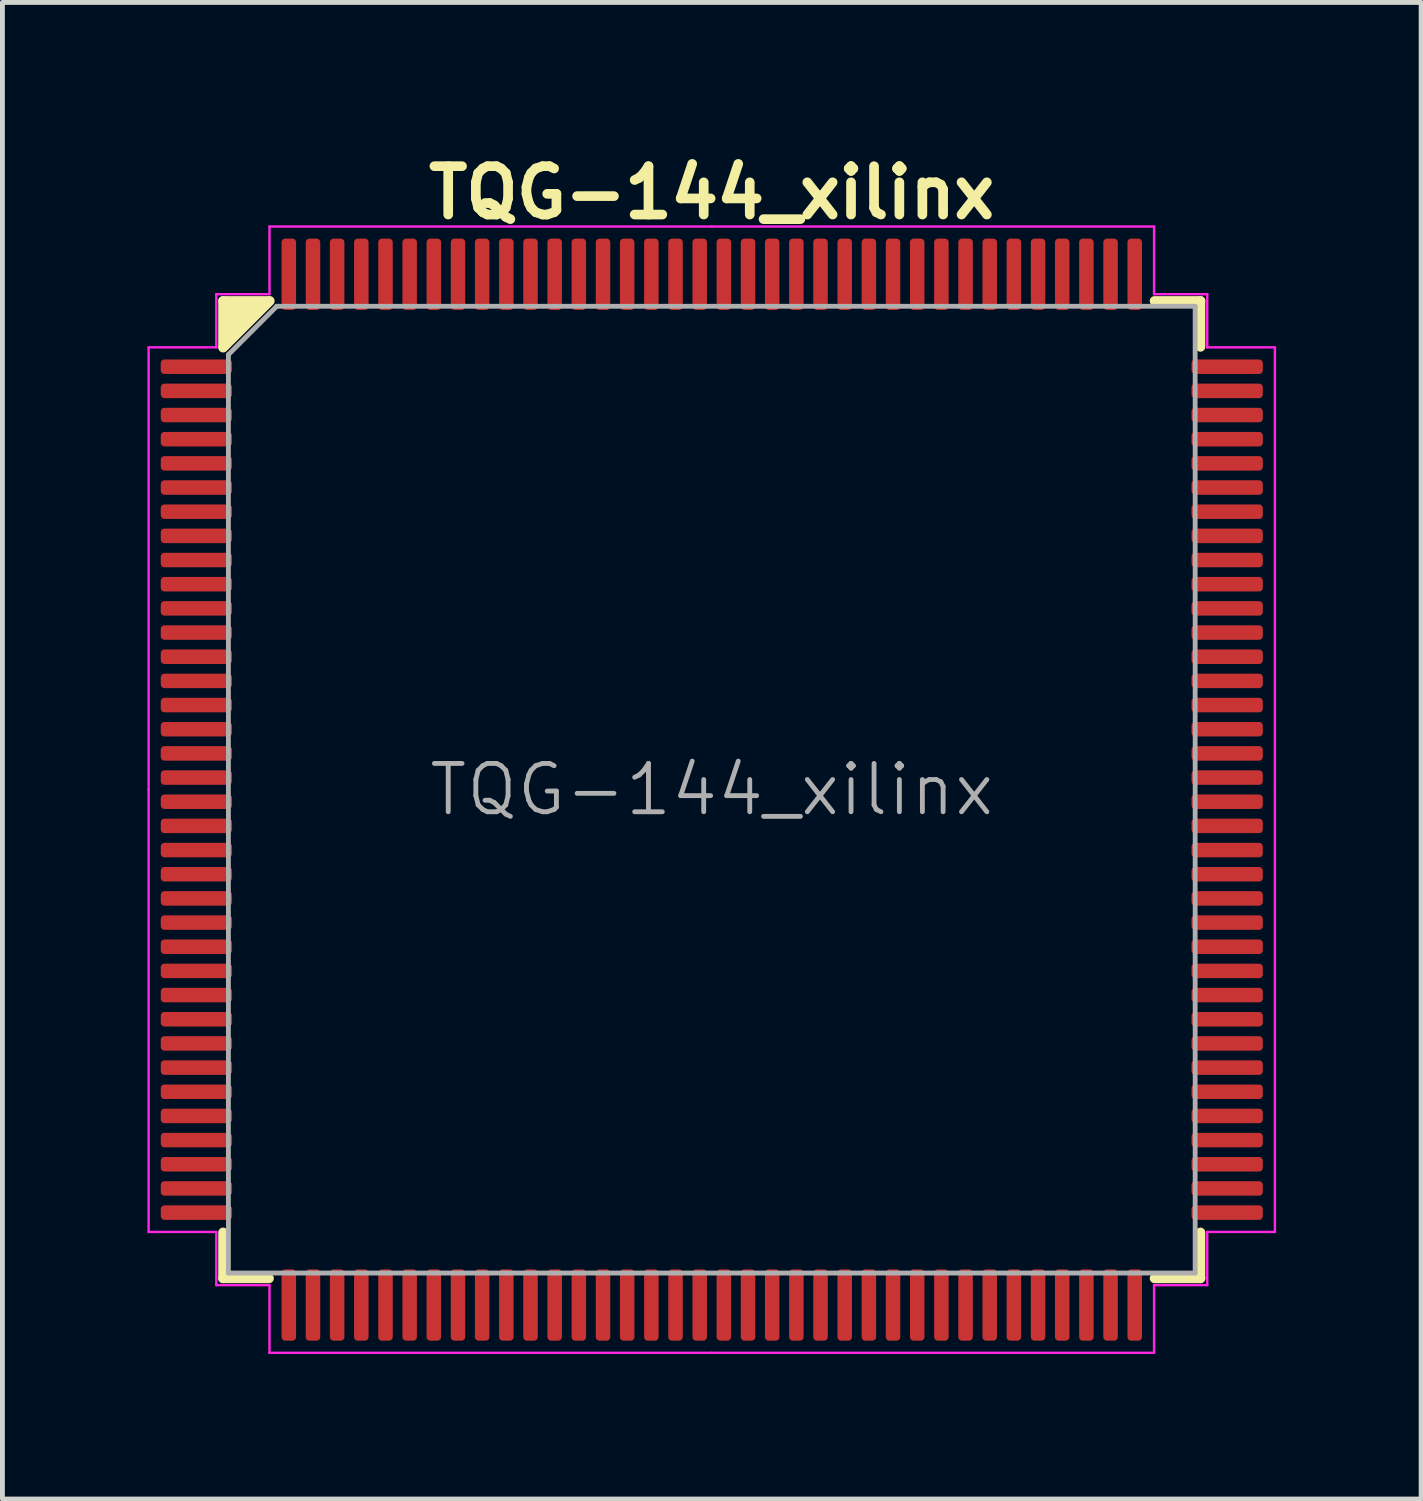
<source format=kicad_pcb>
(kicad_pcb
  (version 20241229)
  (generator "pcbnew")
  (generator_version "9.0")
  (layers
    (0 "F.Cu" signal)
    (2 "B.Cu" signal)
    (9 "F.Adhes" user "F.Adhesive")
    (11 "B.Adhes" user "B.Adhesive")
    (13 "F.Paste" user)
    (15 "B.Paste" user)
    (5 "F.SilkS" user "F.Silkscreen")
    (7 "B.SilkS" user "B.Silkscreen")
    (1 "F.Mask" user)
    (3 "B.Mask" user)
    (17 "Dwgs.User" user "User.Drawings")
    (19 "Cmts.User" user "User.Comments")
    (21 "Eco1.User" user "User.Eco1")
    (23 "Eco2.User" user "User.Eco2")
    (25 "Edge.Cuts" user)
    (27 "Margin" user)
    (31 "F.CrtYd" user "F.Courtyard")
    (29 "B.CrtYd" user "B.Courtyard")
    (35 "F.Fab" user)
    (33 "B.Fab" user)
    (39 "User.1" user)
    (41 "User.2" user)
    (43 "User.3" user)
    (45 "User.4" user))
  (footprint "TQG-144_xilinx"
    (layer "F.Cu")
    (at 11.675 13.286)
    (property "Reference" "TQG-144_xilinx" (at 0 -12.35 0) (layer "F.SilkS") (effects (font (size 1 1) (thickness 0.2))))
    (attr smd)
    (fp_line (start -10.11 -10.11) (end -10.11 -9.16) (stroke (width 0.2) (type solid)) (layer "F.SilkS"))
    (fp_line (start -10.11 10.11) (end -10.11 9.16) (stroke (width 0.2) (type solid)) (layer "F.SilkS"))
    (fp_line (start -10.109 -9.144) (end -9.144 -10.109) (stroke (width 0.2) (type solid)) (layer "F.SilkS"))
    (fp_line (start -9.16 -10.11) (end -10.11 -10.11) (stroke (width 0.2) (type solid)) (layer "F.SilkS"))
    (fp_line (start -9.16 10.11) (end -10.11 10.11) (stroke (width 0.2) (type solid)) (layer "F.SilkS"))
    (fp_line (start 9.16 -10.11) (end 10.11 -10.11) (stroke (width 0.2) (type solid)) (layer "F.SilkS"))
    (fp_line (start 9.16 10.11) (end 10.11 10.11) (stroke (width 0.2) (type solid)) (layer "F.SilkS"))
    (fp_line (start 10.11 -10.11) (end 10.11 -9.16) (stroke (width 0.2) (type solid)) (layer "F.SilkS"))
    (fp_line (start 10.11 10.11) (end 10.11 9.16) (stroke (width 0.2) (type solid)) (layer "F.SilkS"))
    (fp_poly (pts (xy -10.109 -9.347) (xy -9.398 -10.058) (xy -9.347 -10.109) (xy -10.109 -10.109)) (stroke (width 0.15) (type solid)) (fill yes) (layer "F.SilkS"))
    (fp_line (start -11.65 -9.15) (end -11.65 0) (stroke (width 0.05) (type solid)) (layer "F.CrtYd"))
    (fp_line (start -11.65 9.15) (end -11.65 0) (stroke (width 0.05) (type solid)) (layer "F.CrtYd"))
    (fp_line (start -10.25 -10.25) (end -10.25 -9.15) (stroke (width 0.05) (type solid)) (layer "F.CrtYd"))
    (fp_line (start -10.25 -9.15) (end -11.65 -9.15) (stroke (width 0.05) (type solid)) (layer "F.CrtYd"))
    (fp_line (start -10.25 9.15) (end -11.65 9.15) (stroke (width 0.05) (type solid)) (layer "F.CrtYd"))
    (fp_line (start -10.25 10.25) (end -10.25 9.15) (stroke (width 0.05) (type solid)) (layer "F.CrtYd"))
    (fp_line (start -9.15 -11.65) (end -9.15 -10.25) (stroke (width 0.05) (type solid)) (layer "F.CrtYd"))
    (fp_line (start -9.15 -10.25) (end -10.25 -10.25) (stroke (width 0.05) (type solid)) (layer "F.CrtYd"))
    (fp_line (start -9.15 10.25) (end -10.25 10.25) (stroke (width 0.05) (type solid)) (layer "F.CrtYd"))
    (fp_line (start -9.15 11.65) (end -9.15 10.25) (stroke (width 0.05) (type solid)) (layer "F.CrtYd"))
    (fp_line (start 0 -11.65) (end -9.15 -11.65) (stroke (width 0.05) (type solid)) (layer "F.CrtYd"))
    (fp_line (start 0 -11.65) (end 9.15 -11.65) (stroke (width 0.05) (type solid)) (layer "F.CrtYd"))
    (fp_line (start 0 11.65) (end -9.15 11.65) (stroke (width 0.05) (type solid)) (layer "F.CrtYd"))
    (fp_line (start 0 11.65) (end 9.15 11.65) (stroke (width 0.05) (type solid)) (layer "F.CrtYd"))
    (fp_line (start 9.15 -11.65) (end 9.15 -10.25) (stroke (width 0.05) (type solid)) (layer "F.CrtYd"))
    (fp_line (start 9.15 -10.25) (end 10.25 -10.25) (stroke (width 0.05) (type solid)) (layer "F.CrtYd"))
    (fp_line (start 9.15 10.25) (end 10.25 10.25) (stroke (width 0.05) (type solid)) (layer "F.CrtYd"))
    (fp_line (start 9.15 11.65) (end 9.15 10.25) (stroke (width 0.05) (type solid)) (layer "F.CrtYd"))
    (fp_line (start 10.25 -10.25) (end 10.25 -9.15) (stroke (width 0.05) (type solid)) (layer "F.CrtYd"))
    (fp_line (start 10.25 -9.15) (end 11.65 -9.15) (stroke (width 0.05) (type solid)) (layer "F.CrtYd"))
    (fp_line (start 10.25 9.15) (end 11.65 9.15) (stroke (width 0.05) (type solid)) (layer "F.CrtYd"))
    (fp_line (start 10.25 10.25) (end 10.25 9.15) (stroke (width 0.05) (type solid)) (layer "F.CrtYd"))
    (fp_line (start 11.65 -9.15) (end 11.65 0) (stroke (width 0.05) (type solid)) (layer "F.CrtYd"))
    (fp_line (start 11.65 9.15) (end 11.65 0) (stroke (width 0.05) (type solid)) (layer "F.CrtYd"))
    (fp_line (start -10 -9) (end -9 -10) (stroke (width 0.1) (type solid)) (layer "F.Fab"))
    (fp_line (start -10 10) (end -10 -9) (stroke (width 0.1) (type solid)) (layer "F.Fab"))
    (fp_line (start -9 -10) (end 10 -10) (stroke (width 0.1) (type solid)) (layer "F.Fab"))
    (fp_line (start 10 -10) (end 10 10) (stroke (width 0.1) (type solid)) (layer "F.Fab"))
    (fp_line (start 10 10) (end -10 10) (stroke (width 0.1) (type solid)) (layer "F.Fab"))
    (fp_text user "${REFERENCE}" (at 0 0 0) (layer "F.Fab") (effects (font (size 1 1) (thickness 0.1))))
    (pad "1" smd roundrect (at -10.662 -8.75) (size 1.475 0.3) (layers "F.Cu" "F.Mask" "F.Paste") (roundrect_rratio 0.25))
    (pad "2" smd roundrect (at -10.662 -8.25) (size 1.475 0.3) (layers "F.Cu" "F.Mask" "F.Paste") (roundrect_rratio 0.25))
    (pad "3" smd roundrect (at -10.662 -7.75) (size 1.475 0.3) (layers "F.Cu" "F.Mask" "F.Paste") (roundrect_rratio 0.25))
    (pad "4" smd roundrect (at -10.662 -7.25) (size 1.475 0.3) (layers "F.Cu" "F.Mask" "F.Paste") (roundrect_rratio 0.25))
    (pad "5" smd roundrect (at -10.662 -6.75) (size 1.475 0.3) (layers "F.Cu" "F.Mask" "F.Paste") (roundrect_rratio 0.25))
    (pad "6" smd roundrect (at -10.662 -6.25) (size 1.475 0.3) (layers "F.Cu" "F.Mask" "F.Paste") (roundrect_rratio 0.25))
    (pad "7" smd roundrect (at -10.662 -5.75) (size 1.475 0.3) (layers "F.Cu" "F.Mask" "F.Paste") (roundrect_rratio 0.25))
    (pad "8" smd roundrect (at -10.662 -5.25) (size 1.475 0.3) (layers "F.Cu" "F.Mask" "F.Paste") (roundrect_rratio 0.25))
    (pad "9" smd roundrect (at -10.662 -4.75) (size 1.475 0.3) (layers "F.Cu" "F.Mask" "F.Paste") (roundrect_rratio 0.25))
    (pad "10" smd roundrect (at -10.662 -4.25) (size 1.475 0.3) (layers "F.Cu" "F.Mask" "F.Paste") (roundrect_rratio 0.25))
    (pad "11" smd roundrect (at -10.662 -3.75) (size 1.475 0.3) (layers "F.Cu" "F.Mask" "F.Paste") (roundrect_rratio 0.25))
    (pad "12" smd roundrect (at -10.662 -3.25) (size 1.475 0.3) (layers "F.Cu" "F.Mask" "F.Paste") (roundrect_rratio 0.25))
    (pad "13" smd roundrect (at -10.662 -2.75) (size 1.475 0.3) (layers "F.Cu" "F.Mask" "F.Paste") (roundrect_rratio 0.25))
    (pad "14" smd roundrect (at -10.662 -2.25) (size 1.475 0.3) (layers "F.Cu" "F.Mask" "F.Paste") (roundrect_rratio 0.25))
    (pad "15" smd roundrect (at -10.662 -1.75) (size 1.475 0.3) (layers "F.Cu" "F.Mask" "F.Paste") (roundrect_rratio 0.25))
    (pad "16" smd roundrect (at -10.662 -1.25) (size 1.475 0.3) (layers "F.Cu" "F.Mask" "F.Paste") (roundrect_rratio 0.25))
    (pad "17" smd roundrect (at -10.662 -0.75) (size 1.475 0.3) (layers "F.Cu" "F.Mask" "F.Paste") (roundrect_rratio 0.25))
    (pad "18" smd roundrect (at -10.662 -0.25) (size 1.475 0.3) (layers "F.Cu" "F.Mask" "F.Paste") (roundrect_rratio 0.25))
    (pad "19" smd roundrect (at -10.662 0.25) (size 1.475 0.3) (layers "F.Cu" "F.Mask" "F.Paste") (roundrect_rratio 0.25))
    (pad "20" smd roundrect (at -10.662 0.75) (size 1.475 0.3) (layers "F.Cu" "F.Mask" "F.Paste") (roundrect_rratio 0.25))
    (pad "21" smd roundrect (at -10.662 1.25) (size 1.475 0.3) (layers "F.Cu" "F.Mask" "F.Paste") (roundrect_rratio 0.25))
    (pad "22" smd roundrect (at -10.662 1.75) (size 1.475 0.3) (layers "F.Cu" "F.Mask" "F.Paste") (roundrect_rratio 0.25))
    (pad "23" smd roundrect (at -10.662 2.25) (size 1.475 0.3) (layers "F.Cu" "F.Mask" "F.Paste") (roundrect_rratio 0.25))
    (pad "24" smd roundrect (at -10.662 2.75) (size 1.475 0.3) (layers "F.Cu" "F.Mask" "F.Paste") (roundrect_rratio 0.25))
    (pad "25" smd roundrect (at -10.662 3.25) (size 1.475 0.3) (layers "F.Cu" "F.Mask" "F.Paste") (roundrect_rratio 0.25))
    (pad "26" smd roundrect (at -10.662 3.75) (size 1.475 0.3) (layers "F.Cu" "F.Mask" "F.Paste") (roundrect_rratio 0.25))
    (pad "27" smd roundrect (at -10.662 4.25) (size 1.475 0.3) (layers "F.Cu" "F.Mask" "F.Paste") (roundrect_rratio 0.25))
    (pad "28" smd roundrect (at -10.662 4.75) (size 1.475 0.3) (layers "F.Cu" "F.Mask" "F.Paste") (roundrect_rratio 0.25))
    (pad "29" smd roundrect (at -10.662 5.25) (size 1.475 0.3) (layers "F.Cu" "F.Mask" "F.Paste") (roundrect_rratio 0.25))
    (pad "30" smd roundrect (at -10.662 5.75) (size 1.475 0.3) (layers "F.Cu" "F.Mask" "F.Paste") (roundrect_rratio 0.25))
    (pad "31" smd roundrect (at -10.662 6.25) (size 1.475 0.3) (layers "F.Cu" "F.Mask" "F.Paste") (roundrect_rratio 0.25))
    (pad "32" smd roundrect (at -10.662 6.75) (size 1.475 0.3) (layers "F.Cu" "F.Mask" "F.Paste") (roundrect_rratio 0.25))
    (pad "33" smd roundrect (at -10.662 7.25) (size 1.475 0.3) (layers "F.Cu" "F.Mask" "F.Paste") (roundrect_rratio 0.25))
    (pad "34" smd roundrect (at -10.662 7.75) (size 1.475 0.3) (layers "F.Cu" "F.Mask" "F.Paste") (roundrect_rratio 0.25))
    (pad "35" smd roundrect (at -10.662 8.25) (size 1.475 0.3) (layers "F.Cu" "F.Mask" "F.Paste") (roundrect_rratio 0.25))
    (pad "36" smd roundrect (at -10.662 8.75) (size 1.475 0.3) (layers "F.Cu" "F.Mask" "F.Paste") (roundrect_rratio 0.25))
    (pad "37" smd roundrect (at -8.75 10.662) (size 0.3 1.475) (layers "F.Cu" "F.Mask" "F.Paste") (roundrect_rratio 0.25))
    (pad "38" smd roundrect (at -8.25 10.662) (size 0.3 1.475) (layers "F.Cu" "F.Mask" "F.Paste") (roundrect_rratio 0.25))
    (pad "39" smd roundrect (at -7.75 10.662) (size 0.3 1.475) (layers "F.Cu" "F.Mask" "F.Paste") (roundrect_rratio 0.25))
    (pad "40" smd roundrect (at -7.25 10.662) (size 0.3 1.475) (layers "F.Cu" "F.Mask" "F.Paste") (roundrect_rratio 0.25))
    (pad "41" smd roundrect (at -6.75 10.662) (size 0.3 1.475) (layers "F.Cu" "F.Mask" "F.Paste") (roundrect_rratio 0.25))
    (pad "42" smd roundrect (at -6.25 10.662) (size 0.3 1.475) (layers "F.Cu" "F.Mask" "F.Paste") (roundrect_rratio 0.25))
    (pad "43" smd roundrect (at -5.75 10.662) (size 0.3 1.475) (layers "F.Cu" "F.Mask" "F.Paste") (roundrect_rratio 0.25))
    (pad "44" smd roundrect (at -5.25 10.662) (size 0.3 1.475) (layers "F.Cu" "F.Mask" "F.Paste") (roundrect_rratio 0.25))
    (pad "45" smd roundrect (at -4.75 10.662) (size 0.3 1.475) (layers "F.Cu" "F.Mask" "F.Paste") (roundrect_rratio 0.25))
    (pad "46" smd roundrect (at -4.25 10.662) (size 0.3 1.475) (layers "F.Cu" "F.Mask" "F.Paste") (roundrect_rratio 0.25))
    (pad "47" smd roundrect (at -3.75 10.662) (size 0.3 1.475) (layers "F.Cu" "F.Mask" "F.Paste") (roundrect_rratio 0.25))
    (pad "48" smd roundrect (at -3.25 10.662) (size 0.3 1.475) (layers "F.Cu" "F.Mask" "F.Paste") (roundrect_rratio 0.25))
    (pad "49" smd roundrect (at -2.75 10.662) (size 0.3 1.475) (layers "F.Cu" "F.Mask" "F.Paste") (roundrect_rratio 0.25))
    (pad "50" smd roundrect (at -2.25 10.662) (size 0.3 1.475) (layers "F.Cu" "F.Mask" "F.Paste") (roundrect_rratio 0.25))
    (pad "51" smd roundrect (at -1.75 10.662) (size 0.3 1.475) (layers "F.Cu" "F.Mask" "F.Paste") (roundrect_rratio 0.25))
    (pad "52" smd roundrect (at -1.25 10.662) (size 0.3 1.475) (layers "F.Cu" "F.Mask" "F.Paste") (roundrect_rratio 0.25))
    (pad "53" smd roundrect (at -0.75 10.662) (size 0.3 1.475) (layers "F.Cu" "F.Mask" "F.Paste") (roundrect_rratio 0.25))
    (pad "54" smd roundrect (at -0.25 10.662) (size 0.3 1.475) (layers "F.Cu" "F.Mask" "F.Paste") (roundrect_rratio 0.25))
    (pad "55" smd roundrect (at 0.25 10.662) (size 0.3 1.475) (layers "F.Cu" "F.Mask" "F.Paste") (roundrect_rratio 0.25))
    (pad "56" smd roundrect (at 0.75 10.662) (size 0.3 1.475) (layers "F.Cu" "F.Mask" "F.Paste") (roundrect_rratio 0.25))
    (pad "57" smd roundrect (at 1.25 10.662) (size 0.3 1.475) (layers "F.Cu" "F.Mask" "F.Paste") (roundrect_rratio 0.25))
    (pad "58" smd roundrect (at 1.75 10.662) (size 0.3 1.475) (layers "F.Cu" "F.Mask" "F.Paste") (roundrect_rratio 0.25))
    (pad "59" smd roundrect (at 2.25 10.662) (size 0.3 1.475) (layers "F.Cu" "F.Mask" "F.Paste") (roundrect_rratio 0.25))
    (pad "60" smd roundrect (at 2.75 10.662) (size 0.3 1.475) (layers "F.Cu" "F.Mask" "F.Paste") (roundrect_rratio 0.25))
    (pad "61" smd roundrect (at 3.25 10.662) (size 0.3 1.475) (layers "F.Cu" "F.Mask" "F.Paste") (roundrect_rratio 0.25))
    (pad "62" smd roundrect (at 3.75 10.662) (size 0.3 1.475) (layers "F.Cu" "F.Mask" "F.Paste") (roundrect_rratio 0.25))
    (pad "63" smd roundrect (at 4.25 10.662) (size 0.3 1.475) (layers "F.Cu" "F.Mask" "F.Paste") (roundrect_rratio 0.25))
    (pad "64" smd roundrect (at 4.75 10.662) (size 0.3 1.475) (layers "F.Cu" "F.Mask" "F.Paste") (roundrect_rratio 0.25))
    (pad "65" smd roundrect (at 5.25 10.662) (size 0.3 1.475) (layers "F.Cu" "F.Mask" "F.Paste") (roundrect_rratio 0.25))
    (pad "66" smd roundrect (at 5.75 10.662) (size 0.3 1.475) (layers "F.Cu" "F.Mask" "F.Paste") (roundrect_rratio 0.25))
    (pad "67" smd roundrect (at 6.25 10.662) (size 0.3 1.475) (layers "F.Cu" "F.Mask" "F.Paste") (roundrect_rratio 0.25))
    (pad "68" smd roundrect (at 6.75 10.662) (size 0.3 1.475) (layers "F.Cu" "F.Mask" "F.Paste") (roundrect_rratio 0.25))
    (pad "69" smd roundrect (at 7.25 10.662) (size 0.3 1.475) (layers "F.Cu" "F.Mask" "F.Paste") (roundrect_rratio 0.25))
    (pad "70" smd roundrect (at 7.75 10.662) (size 0.3 1.475) (layers "F.Cu" "F.Mask" "F.Paste") (roundrect_rratio 0.25))
    (pad "71" smd roundrect (at 8.25 10.662) (size 0.3 1.475) (layers "F.Cu" "F.Mask" "F.Paste") (roundrect_rratio 0.25))
    (pad "72" smd roundrect (at 8.75 10.662) (size 0.3 1.475) (layers "F.Cu" "F.Mask" "F.Paste") (roundrect_rratio 0.25))
    (pad "73" smd roundrect (at 10.662 8.75) (size 1.475 0.3) (layers "F.Cu" "F.Mask" "F.Paste") (roundrect_rratio 0.25))
    (pad "74" smd roundrect (at 10.662 8.25) (size 1.475 0.3) (layers "F.Cu" "F.Mask" "F.Paste") (roundrect_rratio 0.25))
    (pad "75" smd roundrect (at 10.662 7.75) (size 1.475 0.3) (layers "F.Cu" "F.Mask" "F.Paste") (roundrect_rratio 0.25))
    (pad "76" smd roundrect (at 10.662 7.25) (size 1.475 0.3) (layers "F.Cu" "F.Mask" "F.Paste") (roundrect_rratio 0.25))
    (pad "77" smd roundrect (at 10.662 6.75) (size 1.475 0.3) (layers "F.Cu" "F.Mask" "F.Paste") (roundrect_rratio 0.25))
    (pad "78" smd roundrect (at 10.662 6.25) (size 1.475 0.3) (layers "F.Cu" "F.Mask" "F.Paste") (roundrect_rratio 0.25))
    (pad "79" smd roundrect (at 10.662 5.75) (size 1.475 0.3) (layers "F.Cu" "F.Mask" "F.Paste") (roundrect_rratio 0.25))
    (pad "80" smd roundrect (at 10.662 5.25) (size 1.475 0.3) (layers "F.Cu" "F.Mask" "F.Paste") (roundrect_rratio 0.25))
    (pad "81" smd roundrect (at 10.662 4.75) (size 1.475 0.3) (layers "F.Cu" "F.Mask" "F.Paste") (roundrect_rratio 0.25))
    (pad "82" smd roundrect (at 10.662 4.25) (size 1.475 0.3) (layers "F.Cu" "F.Mask" "F.Paste") (roundrect_rratio 0.25))
    (pad "83" smd roundrect (at 10.662 3.75) (size 1.475 0.3) (layers "F.Cu" "F.Mask" "F.Paste") (roundrect_rratio 0.25))
    (pad "84" smd roundrect (at 10.662 3.25) (size 1.475 0.3) (layers "F.Cu" "F.Mask" "F.Paste") (roundrect_rratio 0.25))
    (pad "85" smd roundrect (at 10.662 2.75) (size 1.475 0.3) (layers "F.Cu" "F.Mask" "F.Paste") (roundrect_rratio 0.25))
    (pad "86" smd roundrect (at 10.662 2.25) (size 1.475 0.3) (layers "F.Cu" "F.Mask" "F.Paste") (roundrect_rratio 0.25))
    (pad "87" smd roundrect (at 10.662 1.75) (size 1.475 0.3) (layers "F.Cu" "F.Mask" "F.Paste") (roundrect_rratio 0.25))
    (pad "88" smd roundrect (at 10.662 1.25) (size 1.475 0.3) (layers "F.Cu" "F.Mask" "F.Paste") (roundrect_rratio 0.25))
    (pad "89" smd roundrect (at 10.662 0.75) (size 1.475 0.3) (layers "F.Cu" "F.Mask" "F.Paste") (roundrect_rratio 0.25))
    (pad "90" smd roundrect (at 10.662 0.25) (size 1.475 0.3) (layers "F.Cu" "F.Mask" "F.Paste") (roundrect_rratio 0.25))
    (pad "91" smd roundrect (at 10.662 -0.25) (size 1.475 0.3) (layers "F.Cu" "F.Mask" "F.Paste") (roundrect_rratio 0.25))
    (pad "92" smd roundrect (at 10.662 -0.75) (size 1.475 0.3) (layers "F.Cu" "F.Mask" "F.Paste") (roundrect_rratio 0.25))
    (pad "93" smd roundrect (at 10.662 -1.25) (size 1.475 0.3) (layers "F.Cu" "F.Mask" "F.Paste") (roundrect_rratio 0.25))
    (pad "94" smd roundrect (at 10.662 -1.75) (size 1.475 0.3) (layers "F.Cu" "F.Mask" "F.Paste") (roundrect_rratio 0.25))
    (pad "95" smd roundrect (at 10.662 -2.25) (size 1.475 0.3) (layers "F.Cu" "F.Mask" "F.Paste") (roundrect_rratio 0.25))
    (pad "96" smd roundrect (at 10.662 -2.75) (size 1.475 0.3) (layers "F.Cu" "F.Mask" "F.Paste") (roundrect_rratio 0.25))
    (pad "97" smd roundrect (at 10.662 -3.25) (size 1.475 0.3) (layers "F.Cu" "F.Mask" "F.Paste") (roundrect_rratio 0.25))
    (pad "98" smd roundrect (at 10.662 -3.75) (size 1.475 0.3) (layers "F.Cu" "F.Mask" "F.Paste") (roundrect_rratio 0.25))
    (pad "99" smd roundrect (at 10.662 -4.25) (size 1.475 0.3) (layers "F.Cu" "F.Mask" "F.Paste") (roundrect_rratio 0.25))
    (pad "100" smd roundrect (at 10.662 -4.75) (size 1.475 0.3) (layers "F.Cu" "F.Mask" "F.Paste") (roundrect_rratio 0.25))
    (pad "101" smd roundrect (at 10.662 -5.25) (size 1.475 0.3) (layers "F.Cu" "F.Mask" "F.Paste") (roundrect_rratio 0.25))
    (pad "102" smd roundrect (at 10.662 -5.75) (size 1.475 0.3) (layers "F.Cu" "F.Mask" "F.Paste") (roundrect_rratio 0.25))
    (pad "103" smd roundrect (at 10.662 -6.25) (size 1.475 0.3) (layers "F.Cu" "F.Mask" "F.Paste") (roundrect_rratio 0.25))
    (pad "104" smd roundrect (at 10.662 -6.75) (size 1.475 0.3) (layers "F.Cu" "F.Mask" "F.Paste") (roundrect_rratio 0.25))
    (pad "105" smd roundrect (at 10.662 -7.25) (size 1.475 0.3) (layers "F.Cu" "F.Mask" "F.Paste") (roundrect_rratio 0.25))
    (pad "106" smd roundrect (at 10.662 -7.75) (size 1.475 0.3) (layers "F.Cu" "F.Mask" "F.Paste") (roundrect_rratio 0.25))
    (pad "107" smd roundrect (at 10.662 -8.25) (size 1.475 0.3) (layers "F.Cu" "F.Mask" "F.Paste") (roundrect_rratio 0.25))
    (pad "108" smd roundrect (at 10.662 -8.75) (size 1.475 0.3) (layers "F.Cu" "F.Mask" "F.Paste") (roundrect_rratio 0.25))
    (pad "109" smd roundrect (at 8.75 -10.662) (size 0.3 1.475) (layers "F.Cu" "F.Mask" "F.Paste") (roundrect_rratio 0.25))
    (pad "110" smd roundrect (at 8.25 -10.662) (size 0.3 1.475) (layers "F.Cu" "F.Mask" "F.Paste") (roundrect_rratio 0.25))
    (pad "111" smd roundrect (at 7.75 -10.662) (size 0.3 1.475) (layers "F.Cu" "F.Mask" "F.Paste") (roundrect_rratio 0.25))
    (pad "112" smd roundrect (at 7.25 -10.662) (size 0.3 1.475) (layers "F.Cu" "F.Mask" "F.Paste") (roundrect_rratio 0.25))
    (pad "113" smd roundrect (at 6.75 -10.662) (size 0.3 1.475) (layers "F.Cu" "F.Mask" "F.Paste") (roundrect_rratio 0.25))
    (pad "114" smd roundrect (at 6.25 -10.662) (size 0.3 1.475) (layers "F.Cu" "F.Mask" "F.Paste") (roundrect_rratio 0.25))
    (pad "115" smd roundrect (at 5.75 -10.662) (size 0.3 1.475) (layers "F.Cu" "F.Mask" "F.Paste") (roundrect_rratio 0.25))
    (pad "116" smd roundrect (at 5.25 -10.662) (size 0.3 1.475) (layers "F.Cu" "F.Mask" "F.Paste") (roundrect_rratio 0.25))
    (pad "117" smd roundrect (at 4.75 -10.662) (size 0.3 1.475) (layers "F.Cu" "F.Mask" "F.Paste") (roundrect_rratio 0.25))
    (pad "118" smd roundrect (at 4.25 -10.662) (size 0.3 1.475) (layers "F.Cu" "F.Mask" "F.Paste") (roundrect_rratio 0.25))
    (pad "119" smd roundrect (at 3.75 -10.662) (size 0.3 1.475) (layers "F.Cu" "F.Mask" "F.Paste") (roundrect_rratio 0.25))
    (pad "120" smd roundrect (at 3.25 -10.662) (size 0.3 1.475) (layers "F.Cu" "F.Mask" "F.Paste") (roundrect_rratio 0.25))
    (pad "121" smd roundrect (at 2.75 -10.662) (size 0.3 1.475) (layers "F.Cu" "F.Mask" "F.Paste") (roundrect_rratio 0.25))
    (pad "122" smd roundrect (at 2.25 -10.662) (size 0.3 1.475) (layers "F.Cu" "F.Mask" "F.Paste") (roundrect_rratio 0.25))
    (pad "123" smd roundrect (at 1.75 -10.662) (size 0.3 1.475) (layers "F.Cu" "F.Mask" "F.Paste") (roundrect_rratio 0.25))
    (pad "124" smd roundrect (at 1.25 -10.662) (size 0.3 1.475) (layers "F.Cu" "F.Mask" "F.Paste") (roundrect_rratio 0.25))
    (pad "125" smd roundrect (at 0.75 -10.662) (size 0.3 1.475) (layers "F.Cu" "F.Mask" "F.Paste") (roundrect_rratio 0.25))
    (pad "126" smd roundrect (at 0.25 -10.662) (size 0.3 1.475) (layers "F.Cu" "F.Mask" "F.Paste") (roundrect_rratio 0.25))
    (pad "127" smd roundrect (at -0.25 -10.662) (size 0.3 1.475) (layers "F.Cu" "F.Mask" "F.Paste") (roundrect_rratio 0.25))
    (pad "128" smd roundrect (at -0.75 -10.662) (size 0.3 1.475) (layers "F.Cu" "F.Mask" "F.Paste") (roundrect_rratio 0.25))
    (pad "129" smd roundrect (at -1.25 -10.662) (size 0.3 1.475) (layers "F.Cu" "F.Mask" "F.Paste") (roundrect_rratio 0.25))
    (pad "130" smd roundrect (at -1.75 -10.662) (size 0.3 1.475) (layers "F.Cu" "F.Mask" "F.Paste") (roundrect_rratio 0.25))
    (pad "131" smd roundrect (at -2.25 -10.662) (size 0.3 1.475) (layers "F.Cu" "F.Mask" "F.Paste") (roundrect_rratio 0.25))
    (pad "132" smd roundrect (at -2.75 -10.662) (size 0.3 1.475) (layers "F.Cu" "F.Mask" "F.Paste") (roundrect_rratio 0.25))
    (pad "133" smd roundrect (at -3.25 -10.662) (size 0.3 1.475) (layers "F.Cu" "F.Mask" "F.Paste") (roundrect_rratio 0.25))
    (pad "134" smd roundrect (at -3.75 -10.662) (size 0.3 1.475) (layers "F.Cu" "F.Mask" "F.Paste") (roundrect_rratio 0.25))
    (pad "135" smd roundrect (at -4.25 -10.662) (size 0.3 1.475) (layers "F.Cu" "F.Mask" "F.Paste") (roundrect_rratio 0.25))
    (pad "136" smd roundrect (at -4.75 -10.662) (size 0.3 1.475) (layers "F.Cu" "F.Mask" "F.Paste") (roundrect_rratio 0.25))
    (pad "137" smd roundrect (at -5.25 -10.662) (size 0.3 1.475) (layers "F.Cu" "F.Mask" "F.Paste") (roundrect_rratio 0.25))
    (pad "138" smd roundrect (at -5.75 -10.662) (size 0.3 1.475) (layers "F.Cu" "F.Mask" "F.Paste") (roundrect_rratio 0.25))
    (pad "139" smd roundrect (at -6.25 -10.662) (size 0.3 1.475) (layers "F.Cu" "F.Mask" "F.Paste") (roundrect_rratio 0.25))
    (pad "140" smd roundrect (at -6.75 -10.662) (size 0.3 1.475) (layers "F.Cu" "F.Mask" "F.Paste") (roundrect_rratio 0.25))
    (pad "141" smd roundrect (at -7.25 -10.662) (size 0.3 1.475) (layers "F.Cu" "F.Mask" "F.Paste") (roundrect_rratio 0.25))
    (pad "142" smd roundrect (at -7.75 -10.662) (size 0.3 1.475) (layers "F.Cu" "F.Mask" "F.Paste") (roundrect_rratio 0.25))
    (pad "143" smd roundrect (at -8.25 -10.662) (size 0.3 1.475) (layers "F.Cu" "F.Mask" "F.Paste") (roundrect_rratio 0.25))
    (pad "144" smd roundrect (at -8.75 -10.662) (size 0.3 1.475) (layers "F.Cu" "F.Mask" "F.Paste") (roundrect_rratio 0.25)))
  (gr_rect
    (start -3 -3)
    (end 26.35 27.961)
    (stroke (width 0.1) (type default))
    (fill no)
    (layer "Edge.Cuts")))
</source>
